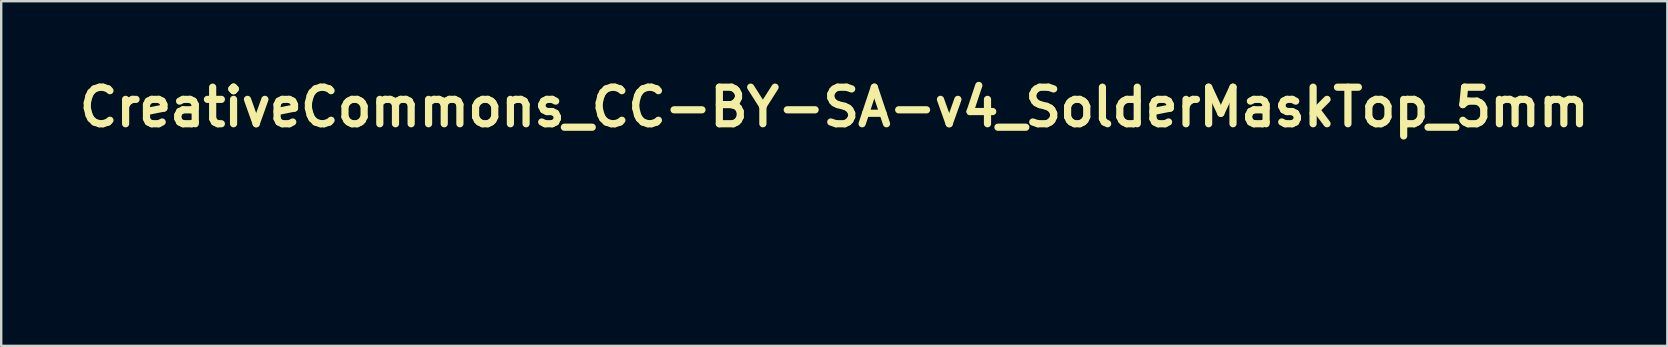
<source format=kicad_pcb>
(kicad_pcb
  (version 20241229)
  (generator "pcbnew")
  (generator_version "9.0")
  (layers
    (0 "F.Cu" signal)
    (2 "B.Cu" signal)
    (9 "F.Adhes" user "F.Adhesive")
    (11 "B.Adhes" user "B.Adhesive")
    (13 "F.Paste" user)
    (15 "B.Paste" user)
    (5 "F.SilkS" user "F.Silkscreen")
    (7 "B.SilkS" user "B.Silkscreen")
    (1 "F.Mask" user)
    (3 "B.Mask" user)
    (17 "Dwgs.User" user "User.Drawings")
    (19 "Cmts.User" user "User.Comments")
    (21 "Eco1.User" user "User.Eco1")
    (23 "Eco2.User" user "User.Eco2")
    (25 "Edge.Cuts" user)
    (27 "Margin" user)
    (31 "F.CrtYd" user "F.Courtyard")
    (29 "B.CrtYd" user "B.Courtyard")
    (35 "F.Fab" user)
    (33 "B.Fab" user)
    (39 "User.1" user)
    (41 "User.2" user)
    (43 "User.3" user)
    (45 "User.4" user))
  (footprint "CreativeCommons_CC-BY-SA-v4_SolderMaskTop_5mm"
    (layer "F.Cu")
    (at 31.721 5.863)
    (property "Reference" "CreativeCommons_CC-BY-SA-v4_SolderMaskTop_5mm" (at 0 -4.445 0) (layer "F.SilkS") (effects (font (size 1.524 1.524) (thickness 0.3))))
    (attr through_hole)
    (fp_poly (pts (xy 4.053 1.704) (xy 4.088 1.816) (xy 4.081 1.879) (xy 4.029 1.904) (xy 4.004 1.905) (xy 3.938 1.89) (xy 3.917 1.861) (xy 3.932 1.8) (xy 3.965 1.713) (xy 3.966 1.711) (xy 4.013 1.605) (xy 4.053 1.704)) (stroke (width 0.01) (type solid)) (fill yes) (layer "F.Mask"))
    (fp_poly (pts (xy -0.048 1.841) (xy 0.061 1.867) (xy 0.123 1.917) (xy 0.133 1.978) (xy 0.09 2.031) (xy 0.003 2.069) (xy -0.077 2.081) (xy -0.144 2.074) (xy -0.171 2.038) (xy -0.176 1.956) (xy -0.172 1.873) (xy -0.145 1.841) (xy -0.074 1.839) (xy -0.048 1.841)) (stroke (width 0.01) (type solid)) (fill yes) (layer "F.Mask"))
    (fp_poly (pts (xy 0.471 -1.569) (xy 0.549 -1.515) (xy 0.592 -1.43) (xy 0.591 -1.334) (xy 0.544 -1.255) (xy 0.451 -1.204) (xy 0.35 -1.214) (xy 0.265 -1.282) (xy 0.26 -1.289) (xy 0.226 -1.395) (xy 0.253 -1.492) (xy 0.334 -1.56) (xy 0.371 -1.573) (xy 0.471 -1.569)) (stroke (width 0.01) (type solid)) (fill yes) (layer "F.Mask"))
    (fp_poly (pts (xy -0.055 1.558) (xy -0.044 1.559) (xy 0.046 1.574) (xy 0.083 1.608) (xy 0.088 1.64) (xy 0.073 1.69) (xy 0.016 1.714) (xy -0.044 1.722) (xy -0.131 1.724) (xy -0.168 1.704) (xy -0.176 1.648) (xy -0.176 1.64) (xy -0.17 1.58) (xy -0.136 1.557) (xy -0.055 1.558)) (stroke (width 0.01) (type solid)) (fill yes) (layer "F.Mask"))
    (fp_poly (pts (xy 0.426 -1.121) (xy 0.758 -1.111) (xy 0.769 -0.785) (xy 0.772 -0.632) (xy 0.77 -0.536) (xy 0.76 -0.484) (xy 0.74 -0.463) (xy 0.707 -0.459) (xy 0.673 -0.454) (xy 0.652 -0.431) (xy 0.641 -0.376) (xy 0.636 -0.277) (xy 0.635 -0.123) (xy 0.635 0.212) (xy 0.212 0.212) (xy 0.212 -0.123) (xy 0.211 -0.279) (xy 0.207 -0.377) (xy 0.196 -0.43) (xy 0.174 -0.453) (xy 0.138 -0.459) (xy 0.123 -0.459) (xy 0.08 -0.461) (xy 0.054 -0.479) (xy 0.041 -0.527) (xy 0.036 -0.618) (xy 0.036 -0.75) (xy 0.039 -0.89) (xy 0.048 -1.006) (xy 0.061 -1.077) (xy 0.065 -1.086) (xy 0.103 -1.109) (xy 0.189 -1.121) (xy 0.33 -1.124) (xy 0.426 -1.121)) (stroke (width 0.01) (type solid)) (fill yes) (layer "F.Mask"))
    (fp_poly (pts (xy -4.96 -0.704) (xy -4.785 -0.623) (xy -4.749 -0.597) (xy -4.674 -0.52) (xy -4.667 -0.457) (xy -4.728 -0.404) (xy -4.763 -0.388) (xy -4.846 -0.362) (xy -4.902 -0.376) (xy -4.934 -0.401) (xy -5.032 -0.451) (xy -5.144 -0.454) (xy -5.241 -0.413) (xy -5.272 -0.38) (xy -5.32 -0.259) (xy -5.326 -0.118) (xy -5.291 0.015) (xy -5.24 0.09) (xy -5.134 0.162) (xy -5.031 0.165) (xy -4.933 0.097) (xy -4.928 0.091) (xy -4.871 0.035) (xy -4.824 0.028) (xy -4.754 0.063) (xy -4.676 0.124) (xy -4.665 0.183) (xy -4.719 0.256) (xy -4.736 0.272) (xy -4.903 0.38) (xy -5.091 0.425) (xy -5.283 0.405) (xy -5.398 0.359) (xy -5.532 0.252) (xy -5.622 0.105) (xy -5.667 -0.066) (xy -5.666 -0.246) (xy -5.617 -0.417) (xy -5.519 -0.564) (xy -5.489 -0.592) (xy -5.329 -0.688) (xy -5.147 -0.726) (xy -4.96 -0.704)) (stroke (width 0.01) (type solid)) (fill yes) (layer "F.Mask"))
    (fp_poly (pts (xy -3.899 -0.709) (xy -3.727 -0.625) (xy -3.673 -0.581) (xy -3.547 -0.465) (xy -3.678 -0.403) (xy -3.764 -0.365) (xy -3.816 -0.36) (xy -3.86 -0.388) (xy -3.874 -0.4) (xy -3.956 -0.442) (xy -4.05 -0.459) (xy -4.137 -0.444) (xy -4.196 -0.387) (xy -4.219 -0.347) (xy -4.259 -0.215) (xy -4.255 -0.08) (xy -4.214 0.041) (xy -4.141 0.132) (xy -4.044 0.175) (xy -4.023 0.176) (xy -3.953 0.156) (xy -3.87 0.105) (xy -3.866 0.102) (xy -3.791 0.054) (xy -3.726 0.051) (xy -3.667 0.071) (xy -3.589 0.11) (xy -3.569 0.148) (xy -3.601 0.206) (xy -3.609 0.216) (xy -3.735 0.328) (xy -3.898 0.397) (xy -4.077 0.42) (xy -4.248 0.392) (xy -4.331 0.353) (xy -4.47 0.234) (xy -4.554 0.078) (xy -4.585 -0.122) (xy -4.586 -0.155) (xy -4.562 -0.359) (xy -4.489 -0.517) (xy -4.362 -0.633) (xy -4.28 -0.677) (xy -4.087 -0.727) (xy -3.899 -0.709)) (stroke (width 0.01) (type solid)) (fill yes) (layer "F.Mask"))
    (fp_poly (pts (xy 3.922 -1.402) (xy 4.046 -1.374) (xy 4.217 -1.274) (xy 4.348 -1.126) (xy 4.435 -0.944) (xy 4.473 -0.74) (xy 4.458 -0.527) (xy 4.389 -0.324) (xy 4.266 -0.152) (xy 4.101 -0.027) (xy 3.907 0.044) (xy 3.7 0.054) (xy 3.608 0.038) (xy 3.45 -0.028) (xy 3.316 -0.131) (xy 3.219 -0.258) (xy 3.176 -0.392) (xy 3.175 -0.415) (xy 3.183 -0.464) (xy 3.22 -0.487) (xy 3.303 -0.494) (xy 3.335 -0.494) (xy 3.438 -0.488) (xy 3.494 -0.464) (xy 3.525 -0.412) (xy 3.527 -0.408) (xy 3.597 -0.313) (xy 3.707 -0.258) (xy 3.834 -0.248) (xy 3.958 -0.288) (xy 3.976 -0.3) (xy 4.045 -0.386) (xy 4.09 -0.517) (xy 4.109 -0.672) (xy 4.103 -0.827) (xy 4.07 -0.962) (xy 4.009 -1.055) (xy 4.007 -1.056) (xy 3.891 -1.11) (xy 3.757 -1.114) (xy 3.636 -1.067) (xy 3.625 -1.059) (xy 3.557 -0.99) (xy 3.529 -0.927) (xy 3.544 -0.888) (xy 3.57 -0.882) (xy 3.573 -0.86) (xy 3.533 -0.804) (xy 3.493 -0.758) (xy 3.415 -0.686) (xy 3.353 -0.642) (xy 3.334 -0.635) (xy 3.288 -0.659) (xy 3.216 -0.718) (xy 3.175 -0.758) (xy 3.107 -0.837) (xy 3.094 -0.876) (xy 3.111 -0.882) (xy 3.159 -0.914) (xy 3.186 -0.983) (xy 3.237 -1.102) (xy 3.329 -1.226) (xy 3.444 -1.328) (xy 3.495 -1.359) (xy 3.612 -1.395) (xy 3.765 -1.409) (xy 3.922 -1.402)) (stroke (width 0.01) (type solid)) (fill yes) (layer "F.Mask"))
    (fp_poly (pts (xy 0.606 -2.065) (xy 0.9 -1.994) (xy 1.165 -1.867) (xy 1.393 -1.69) (xy 1.578 -1.466) (xy 1.712 -1.202) (xy 1.764 -1.028) (xy 1.802 -0.724) (xy 1.775 -0.432) (xy 1.692 -0.16) (xy 1.557 0.086) (xy 1.378 0.299) (xy 1.16 0.472) (xy 0.909 0.6) (xy 0.633 0.674) (xy 0.337 0.69) (xy 0.169 0.67) (xy -0.091 0.593) (xy -0.34 0.459) (xy -0.562 0.282) (xy -0.742 0.072) (xy -0.835 -0.092) (xy -0.933 -0.381) (xy -0.967 -0.671) (xy -0.961 -0.738) (xy -0.7 -0.738) (xy -0.681 -0.492) (xy -0.606 -0.256) (xy -0.477 -0.039) (xy -0.296 0.148) (xy -0.066 0.297) (xy 0.081 0.36) (xy 0.3 0.406) (xy 0.542 0.403) (xy 0.78 0.353) (xy 0.874 0.317) (xy 1.049 0.213) (xy 1.22 0.066) (xy 1.365 -0.102) (xy 1.423 -0.194) (xy 1.46 -0.274) (xy 1.483 -0.361) (xy 1.495 -0.475) (xy 1.499 -0.635) (xy 1.499 -0.688) (xy 1.491 -0.912) (xy 1.46 -1.088) (xy 1.399 -1.235) (xy 1.3 -1.374) (xy 1.199 -1.482) (xy 1.049 -1.616) (xy 0.904 -1.705) (xy 0.743 -1.756) (xy 0.546 -1.778) (xy 0.423 -1.781) (xy 0.18 -1.768) (xy -0.016 -1.724) (xy -0.183 -1.641) (xy -0.338 -1.511) (xy -0.394 -1.454) (xy -0.558 -1.229) (xy -0.66 -0.987) (xy -0.7 -0.738) (xy -0.961 -0.738) (xy -0.942 -0.955) (xy -0.863 -1.223) (xy -0.734 -1.469) (xy -0.559 -1.684) (xy -0.345 -1.86) (xy -0.094 -1.989) (xy 0.188 -2.063) (xy 0.29 -2.074) (xy 0.606 -2.065)) (stroke (width 0.01) (type solid)) (fill yes) (layer "F.Mask"))
    (fp_poly (pts (xy 4.076 -2.05) (xy 4.361 -1.956) (xy 4.616 -1.803) (xy 4.772 -1.663) (xy 4.944 -1.455) (xy 5.059 -1.247) (xy 5.128 -1.018) (xy 5.145 -0.917) (xy 5.158 -0.598) (xy 5.108 -0.301) (xy 5.001 -0.032) (xy 4.843 0.203) (xy 4.641 0.398) (xy 4.399 0.548) (xy 4.125 0.647) (xy 3.824 0.687) (xy 3.536 0.67) (xy 3.281 0.599) (xy 3.036 0.467) (xy 2.814 0.287) (xy 2.627 0.067) (xy 2.512 -0.132) (xy 2.438 -0.36) (xy 2.403 -0.619) (xy 2.403 -0.63) (xy 2.674 -0.63) (xy 2.718 -0.38) (xy 2.822 -0.142) (xy 2.953 0.036) (xy 3.166 0.224) (xy 3.404 0.349) (xy 3.661 0.409) (xy 3.928 0.402) (xy 4.197 0.328) (xy 4.245 0.307) (xy 4.477 0.164) (xy 4.671 -0.029) (xy 4.8 -0.232) (xy 4.863 -0.426) (xy 4.888 -0.653) (xy 4.874 -0.887) (xy 4.822 -1.102) (xy 4.803 -1.15) (xy 4.685 -1.344) (xy 4.518 -1.524) (xy 4.32 -1.67) (xy 4.269 -1.699) (xy 4.179 -1.74) (xy 4.087 -1.765) (xy 3.972 -1.777) (xy 3.811 -1.781) (xy 3.775 -1.781) (xy 3.603 -1.778) (xy 3.481 -1.767) (xy 3.387 -1.744) (xy 3.301 -1.707) (xy 3.288 -1.7) (xy 3.061 -1.544) (xy 2.884 -1.348) (xy 2.759 -1.124) (xy 2.689 -0.881) (xy 2.674 -0.63) (xy 2.403 -0.63) (xy 2.409 -0.885) (xy 2.451 -1.103) (xy 2.558 -1.353) (xy 2.72 -1.584) (xy 2.926 -1.783) (xy 3.161 -1.938) (xy 3.413 -2.036) (xy 3.455 -2.046) (xy 3.772 -2.08) (xy 4.076 -2.05)) (stroke (width 0.01) (type solid)) (fill yes) (layer "F.Mask"))
    (fp_poly (pts (xy -4.241 -1.981) (xy -3.913 -1.888) (xy -3.775 -1.828) (xy -3.557 -1.695) (xy -3.34 -1.513) (xy -3.144 -1.302) (xy -2.987 -1.082) (xy -2.932 -0.98) (xy -2.819 -0.666) (xy -2.764 -0.332) (xy -2.765 0.009) (xy -2.82 0.344) (xy -2.929 0.659) (xy -3.09 0.942) (xy -3.144 1.013) (xy -3.367 1.239) (xy -3.636 1.434) (xy -3.932 1.584) (xy -4.237 1.679) (xy -4.304 1.691) (xy -4.424 1.71) (xy -4.517 1.72) (xy -4.604 1.721) (xy -4.708 1.714) (xy -4.853 1.698) (xy -4.911 1.692) (xy -5.217 1.622) (xy -5.508 1.49) (xy -5.775 1.306) (xy -6.011 1.077) (xy -6.207 0.812) (xy -6.353 0.519) (xy -6.443 0.208) (xy -6.457 0.119) (xy -6.468 -0.18) (xy -6.115 -0.18) (xy -6.091 0.119) (xy -6.007 0.405) (xy -5.866 0.669) (xy -5.671 0.904) (xy -5.425 1.103) (xy -5.132 1.258) (xy -5.082 1.278) (xy -4.972 1.31) (xy -4.84 1.327) (xy -4.667 1.332) (xy -4.568 1.33) (xy -4.394 1.323) (xy -4.265 1.309) (xy -4.158 1.284) (xy -4.049 1.242) (xy -3.982 1.211) (xy -3.708 1.046) (xy -3.479 0.833) (xy -3.302 0.581) (xy -3.18 0.3) (xy -3.119 -0.002) (xy -3.122 -0.317) (xy -3.134 -0.396) (xy -3.22 -0.706) (xy -3.36 -0.98) (xy -3.548 -1.213) (xy -3.774 -1.401) (xy -4.031 -1.541) (xy -4.312 -1.628) (xy -4.607 -1.659) (xy -4.91 -1.629) (xy -5.213 -1.535) (xy -5.318 -1.486) (xy -5.485 -1.375) (xy -5.658 -1.218) (xy -5.815 -1.036) (xy -5.939 -0.848) (xy -5.969 -0.79) (xy -6.075 -0.485) (xy -6.115 -0.18) (xy -6.468 -0.18) (xy -6.472 -0.26) (xy -6.42 -0.617) (xy -6.303 -0.949) (xy -6.12 -1.255) (xy -5.872 -1.532) (xy -5.815 -1.584) (xy -5.549 -1.773) (xy -5.246 -1.909) (xy -4.92 -1.99) (xy -4.581 -2.014) (xy -4.241 -1.981)) (stroke (width 0.01) (type solid)) (fill yes) (layer "F.Mask"))
    (fp_poly (pts (xy 7.04 -2.383) (xy 7.127 -2.296) (xy 7.118 0.096) (xy 7.108 2.487) (xy 0.032 2.496) (xy -0.669 2.497) (xy -1.352 2.497) (xy -2.012 2.498) (xy -2.647 2.498) (xy -3.254 2.497) (xy -3.827 2.497) (xy -4.366 2.496) (xy -4.865 2.496) (xy -5.323 2.495) (xy -5.734 2.493) (xy -6.097 2.492) (xy -6.407 2.49) (xy -6.662 2.489) (xy -6.858 2.487) (xy -6.991 2.485) (xy -7.059 2.482) (xy -7.067 2.481) (xy -7.071 2.443) (xy -7.075 2.34) (xy -7.079 2.178) (xy -7.082 1.963) (xy -7.085 1.7) (xy -7.087 1.397) (xy -7.089 1.057) (xy -7.09 0.688) (xy -7.091 0.295) (xy -7.091 0.081) (xy -7.091 -0.61) (xy -6.95 -0.61) (xy -6.95 1.023) (xy -6.437 1.023) (xy -6.274 1.249) (xy -6.035 1.52) (xy -5.751 1.742) (xy -5.432 1.912) (xy -5.088 2.026) (xy -4.729 2.08) (xy -4.363 2.071) (xy -4.191 2.043) (xy -3.896 1.952) (xy -3.602 1.807) (xy -3.325 1.619) (xy -3.097 1.411) (xy -0.353 1.411) (xy -0.353 2.187) (xy -0.114 2.187) (xy 0.071 2.176) (xy 0.189 2.142) (xy 0.204 2.132) (xy 0.261 2.059) (xy 0.284 1.96) (xy 0.27 1.866) (xy 0.22 1.803) (xy 0.18 1.767) (xy 0.202 1.724) (xy 0.203 1.724) (xy 0.242 1.644) (xy 0.242 1.549) (xy 0.205 1.469) (xy 0.179 1.448) (xy 0.109 1.429) (xy -0.005 1.415) (xy -0.121 1.411) (xy 0.346 1.411) (xy 0.443 1.579) (xy 0.507 1.687) (xy 0.564 1.78) (xy 0.588 1.816) (xy 0.618 1.895) (xy 0.634 2.005) (xy 0.635 2.036) (xy 0.64 2.133) (xy 0.661 2.177) (xy 0.706 2.187) (xy 0.753 2.175) (xy 0.773 2.125) (xy 0.776 2.053) (xy 0.787 1.987) (xy 2.963 1.987) (xy 2.986 2.044) (xy 3.035 2.11) (xy 3.13 2.167) (xy 3.259 2.191) (xy 3.308 2.187) (xy 3.637 2.187) (xy 3.723 2.187) (xy 3.797 2.164) (xy 3.831 2.099) (xy 3.854 2.043) (xy 3.901 2.018) (xy 3.993 2.011) (xy 4.007 2.011) (xy 4.106 2.016) (xy 4.157 2.039) (xy 4.181 2.091) (xy 4.184 2.099) (xy 4.223 2.169) (xy 4.292 2.187) (xy 4.331 2.186) (xy 4.354 2.177) (xy 4.36 2.15) (xy 4.349 2.093) (xy 4.317 1.998) (xy 4.263 1.853) (xy 4.216 1.729) (xy 4.158 1.583) (xy 4.114 1.492) (xy 4.075 1.442) (xy 4.032 1.421) (xy 4.013 1.418) (xy 3.954 1.421) (xy 3.914 1.457) (xy 3.876 1.545) (xy 3.871 1.559) (xy 3.83 1.673) (xy 3.777 1.819) (xy 3.727 1.949) (xy 3.637 2.187) (xy 3.308 2.187) (xy 3.393 2.181) (xy 3.503 2.137) (xy 3.528 2.117) (xy 3.593 2.015) (xy 3.592 1.916) (xy 3.528 1.825) (xy 3.403 1.75) (xy 3.313 1.718) (xy 3.209 1.678) (xy 3.163 1.633) (xy 3.157 1.604) (xy 3.186 1.548) (xy 3.253 1.523) (xy 3.33 1.531) (xy 3.385 1.568) (xy 3.447 1.611) (xy 3.513 1.62) (xy 3.557 1.595) (xy 3.563 1.572) (xy 3.532 1.503) (xy 3.451 1.451) (xy 3.342 1.42) (xy 3.224 1.413) (xy 3.117 1.436) (xy 3.063 1.469) (xy 3.014 1.55) (xy 3.001 1.65) (xy 3.026 1.737) (xy 3.046 1.759) (xy 3.107 1.794) (xy 3.204 1.837) (xy 3.247 1.853) (xy 3.373 1.908) (xy 3.432 1.964) (xy 3.426 2.022) (xy 3.416 2.036) (xy 3.342 2.077) (xy 3.247 2.071) (xy 3.161 2.023) (xy 3.149 2.011) (xy 3.083 1.959) (xy 3.016 1.941) (xy 2.971 1.961) (xy 2.963 1.987) (xy 0.787 1.987) (xy 0.796 1.934) (xy 0.858 1.788) (xy 0.917 1.684) (xy 0.984 1.571) (xy 1.034 1.482) (xy 1.058 1.434) (xy 1.058 1.431) (xy 1.028 1.416) (xy 0.977 1.411) (xy 0.906 1.435) (xy 0.837 1.516) (xy 0.816 1.552) (xy 0.764 1.636) (xy 0.723 1.687) (xy 0.712 1.693) (xy 0.682 1.665) (xy 0.633 1.594) (xy 0.607 1.552) (xy 0.541 1.457) (xy 0.477 1.416) (xy 0.437 1.411) (xy 0.346 1.411) (xy -0.121 1.411) (xy -0.353 1.411) (xy -3.097 1.411) (xy -3.085 1.4) (xy -2.924 1.202) (xy -2.805 1.025) (xy 2.09 1.024) (xy 6.985 1.023) (xy 6.985 -0.61) (xy 6.985 -1.02) (xy 6.983 -1.363) (xy 6.98 -1.645) (xy 6.976 -1.87) (xy 6.971 -2.041) (xy 6.964 -2.164) (xy 6.956 -2.243) (xy 6.946 -2.282) (xy 6.943 -2.286) (xy 6.903 -2.291) (xy 6.796 -2.296) (xy 6.628 -2.301) (xy 6.401 -2.305) (xy 6.12 -2.309) (xy 5.789 -2.313) (xy 5.413 -2.316) (xy 4.995 -2.319) (xy 4.539 -2.322) (xy 4.051 -2.324) (xy 3.533 -2.326) (xy 2.99 -2.328) (xy 2.426 -2.33) (xy 1.845 -2.331) (xy 1.252 -2.332) (xy 0.651 -2.332) (xy 0.045 -2.332) (xy -0.561 -2.332) (xy -1.163 -2.332) (xy -1.758 -2.331) (xy -2.339 -2.33) (xy -2.905 -2.328) (xy -3.45 -2.327) (xy -3.97 -2.325) (xy -4.462 -2.322) (xy -4.92 -2.319) (xy -5.342 -2.316) (xy -5.722 -2.313) (xy -6.057 -2.309) (xy -6.342 -2.306) (xy -6.574 -2.301) (xy -6.748 -2.297) (xy -6.86 -2.292) (xy -6.907 -2.286) (xy -6.907 -2.286) (xy -6.918 -2.257) (xy -6.927 -2.189) (xy -6.934 -2.078) (xy -6.94 -1.92) (xy -6.944 -1.709) (xy -6.947 -1.443) (xy -6.949 -1.116) (xy -6.95 -0.724) (xy -6.95 -0.61) (xy -7.091 -0.61) (xy -7.091 -2.296) (xy -7.004 -2.383) (xy -6.918 -2.469) (xy 6.953 -2.469) (xy 7.04 -2.383)) (stroke (width 0.01) (type solid)) (fill yes) (layer "F.Mask")))
  (gr_rect
    (start -3 -3)
    (end 66.442 11.366)
    (stroke (width 0.1) (type default))
    (fill no)
    (layer "Edge.Cuts")))
</source>
